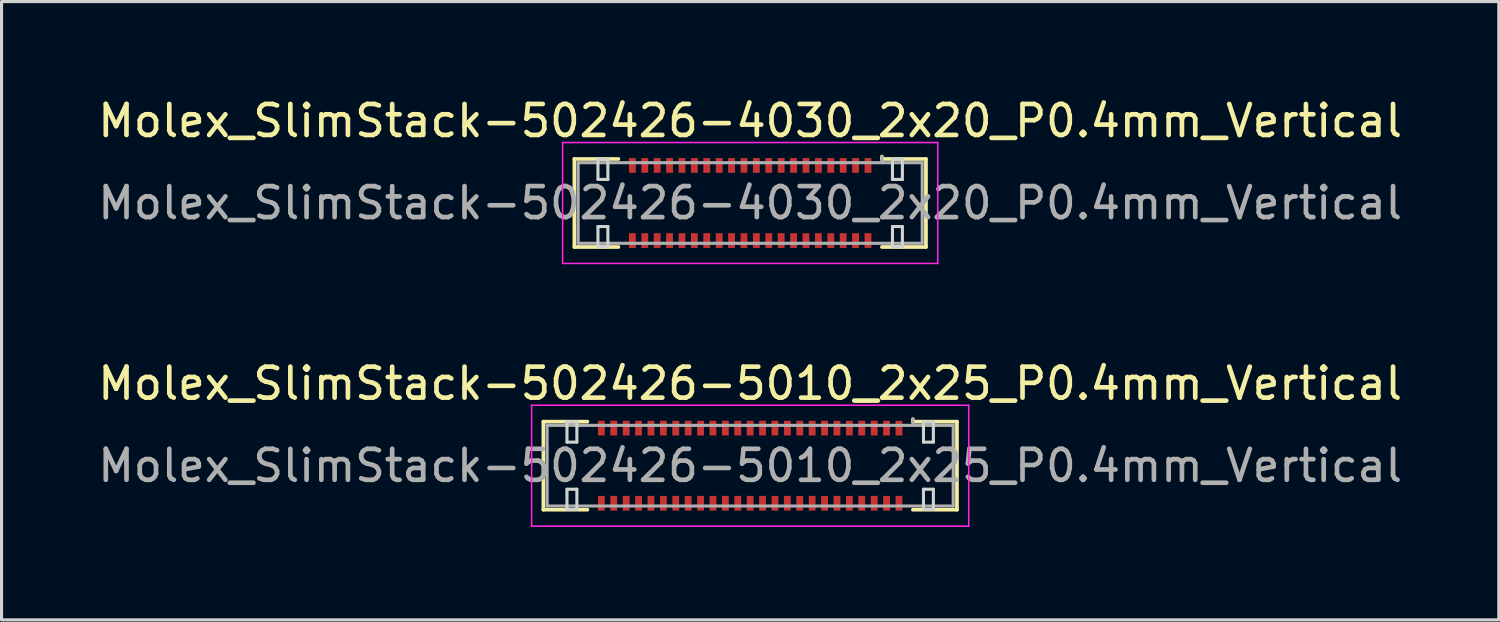
<source format=kicad_pcb>
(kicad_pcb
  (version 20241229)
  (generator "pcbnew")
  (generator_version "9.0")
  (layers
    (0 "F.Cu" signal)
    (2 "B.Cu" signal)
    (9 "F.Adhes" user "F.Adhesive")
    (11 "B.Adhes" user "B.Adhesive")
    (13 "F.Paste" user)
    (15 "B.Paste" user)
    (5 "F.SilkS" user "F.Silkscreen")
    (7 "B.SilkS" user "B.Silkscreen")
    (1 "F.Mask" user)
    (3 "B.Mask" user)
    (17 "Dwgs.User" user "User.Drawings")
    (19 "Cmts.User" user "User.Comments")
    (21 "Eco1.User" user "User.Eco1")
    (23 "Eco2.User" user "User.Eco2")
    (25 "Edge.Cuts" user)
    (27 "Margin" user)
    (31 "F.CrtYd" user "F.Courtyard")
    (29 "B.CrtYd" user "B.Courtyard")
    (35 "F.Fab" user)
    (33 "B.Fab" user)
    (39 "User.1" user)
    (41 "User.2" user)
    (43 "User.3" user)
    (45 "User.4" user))
  (footprint "Molex_SlimStack-502426-4030_2x20_P0.4mm_Vertical"
    (layer "F.Cu")
    (at 21.149 3.498)
    (property "Reference" "Molex_SlimStack-502426-4030_2x20_P0.4mm_Vertical" (at 0 -2.65 0) (layer "F.SilkS") (effects (font (size 1 1) (thickness 0.15))))
    (attr smd)
    (fp_line (start -5.67 -1.42) (end -4.25 -1.42) (stroke (width 0.12) (type solid)) (layer "F.SilkS"))
    (fp_line (start -5.67 1.42) (end -5.67 -1.42) (stroke (width 0.12) (type solid)) (layer "F.SilkS"))
    (fp_line (start -4.25 1.42) (end -5.67 1.42) (stroke (width 0.12) (type solid)) (layer "F.SilkS"))
    (fp_line (start 4.25 -1.42) (end 4.25 -1.5) (stroke (width 0.12) (type solid)) (layer "F.SilkS"))
    (fp_line (start 4.25 1.42) (end 5.67 1.42) (stroke (width 0.12) (type solid)) (layer "F.SilkS"))
    (fp_line (start 5.67 -1.42) (end 4.25 -1.42) (stroke (width 0.12) (type solid)) (layer "F.SilkS"))
    (fp_line (start 5.67 1.42) (end 5.67 -1.42) (stroke (width 0.12) (type solid)) (layer "F.SilkS"))
    (fp_line (start -4.91 -1.41) (end -4.91 -0.76) (stroke (width 0.1) (type solid)) (layer "Edge.Cuts"))
    (fp_line (start -4.91 -0.76) (end -4.59 -0.76) (stroke (width 0.1) (type solid)) (layer "Edge.Cuts"))
    (fp_line (start -4.91 0.76) (end -4.91 1.41) (stroke (width 0.1) (type solid)) (layer "Edge.Cuts"))
    (fp_line (start -4.91 1.41) (end -4.59 1.41) (stroke (width 0.1) (type solid)) (layer "Edge.Cuts"))
    (fp_line (start -4.59 -1.41) (end -4.91 -1.41) (stroke (width 0.1) (type solid)) (layer "Edge.Cuts"))
    (fp_line (start -4.59 -0.76) (end -4.59 -1.41) (stroke (width 0.1) (type solid)) (layer "Edge.Cuts"))
    (fp_line (start -4.59 0.76) (end -4.91 0.76) (stroke (width 0.1) (type solid)) (layer "Edge.Cuts"))
    (fp_line (start -4.59 1.41) (end -4.59 0.76) (stroke (width 0.1) (type solid)) (layer "Edge.Cuts"))
    (fp_line (start 4.59 -1.41) (end 4.59 -0.76) (stroke (width 0.1) (type solid)) (layer "Edge.Cuts"))
    (fp_line (start 4.59 -0.76) (end 4.91 -0.76) (stroke (width 0.1) (type solid)) (layer "Edge.Cuts"))
    (fp_line (start 4.59 0.76) (end 4.59 1.41) (stroke (width 0.1) (type solid)) (layer "Edge.Cuts"))
    (fp_line (start 4.59 1.41) (end 4.91 1.41) (stroke (width 0.1) (type solid)) (layer "Edge.Cuts"))
    (fp_line (start 4.91 -1.41) (end 4.59 -1.41) (stroke (width 0.1) (type solid)) (layer "Edge.Cuts"))
    (fp_line (start 4.91 -0.76) (end 4.91 -1.41) (stroke (width 0.1) (type solid)) (layer "Edge.Cuts"))
    (fp_line (start 4.91 0.76) (end 4.59 0.76) (stroke (width 0.1) (type solid)) (layer "Edge.Cuts"))
    (fp_line (start 4.91 1.41) (end 4.91 0.76) (stroke (width 0.1) (type solid)) (layer "Edge.Cuts"))
    (fp_line (start -6.05 -1.95) (end -6.05 1.95) (stroke (width 0.05) (type solid)) (layer "F.CrtYd"))
    (fp_line (start -6.05 1.95) (end 6.05 1.95) (stroke (width 0.05) (type solid)) (layer "F.CrtYd"))
    (fp_line (start 6.05 -1.95) (end -6.05 -1.95) (stroke (width 0.05) (type solid)) (layer "F.CrtYd"))
    (fp_line (start 6.05 1.95) (end 6.05 -1.95) (stroke (width 0.05) (type solid)) (layer "F.CrtYd"))
    (fp_line (start -5.55 -1.3) (end -5.55 1.3) (stroke (width 0.1) (type solid)) (layer "F.Fab"))
    (fp_line (start -5.55 1.3) (end 5.55 1.3) (stroke (width 0.1) (type solid)) (layer "F.Fab"))
    (fp_line (start 4.25 -1.3) (end 4.25 -1.5) (stroke (width 0.1) (type solid)) (layer "F.Fab"))
    (fp_line (start 5.55 -1.3) (end -5.55 -1.3) (stroke (width 0.1) (type solid)) (layer "F.Fab"))
    (fp_line (start 5.55 1.3) (end 5.55 -1.3) (stroke (width 0.1) (type solid)) (layer "F.Fab"))
    (fp_text user "${REFERENCE}" (at 0 0 0) (layer "F.Fab") (effects (font (size 1 1) (thickness 0.15))))
    (pad "1" smd rect (at 3.8 -1.212) (size 0.22 0.475) (layers "F.Cu" "F.Mask" "F.Paste"))
    (pad "2" smd rect (at 3.8 1.212) (size 0.22 0.475) (layers "F.Cu" "F.Mask" "F.Paste"))
    (pad "3" smd rect (at 3.4 -1.212) (size 0.22 0.475) (layers "F.Cu" "F.Mask" "F.Paste"))
    (pad "4" smd rect (at 3.4 1.212) (size 0.22 0.475) (layers "F.Cu" "F.Mask" "F.Paste"))
    (pad "5" smd rect (at 3 -1.212) (size 0.22 0.475) (layers "F.Cu" "F.Mask" "F.Paste"))
    (pad "6" smd rect (at 3 1.212) (size 0.22 0.475) (layers "F.Cu" "F.Mask" "F.Paste"))
    (pad "7" smd rect (at 2.6 -1.212) (size 0.22 0.475) (layers "F.Cu" "F.Mask" "F.Paste"))
    (pad "8" smd rect (at 2.6 1.212) (size 0.22 0.475) (layers "F.Cu" "F.Mask" "F.Paste"))
    (pad "9" smd rect (at 2.2 -1.212) (size 0.22 0.475) (layers "F.Cu" "F.Mask" "F.Paste"))
    (pad "10" smd rect (at 2.2 1.212) (size 0.22 0.475) (layers "F.Cu" "F.Mask" "F.Paste"))
    (pad "11" smd rect (at 1.8 -1.212) (size 0.22 0.475) (layers "F.Cu" "F.Mask" "F.Paste"))
    (pad "12" smd rect (at 1.8 1.212) (size 0.22 0.475) (layers "F.Cu" "F.Mask" "F.Paste"))
    (pad "13" smd rect (at 1.4 -1.212) (size 0.22 0.475) (layers "F.Cu" "F.Mask" "F.Paste"))
    (pad "14" smd rect (at 1.4 1.212) (size 0.22 0.475) (layers "F.Cu" "F.Mask" "F.Paste"))
    (pad "15" smd rect (at 1 -1.212) (size 0.22 0.475) (layers "F.Cu" "F.Mask" "F.Paste"))
    (pad "16" smd rect (at 1 1.212) (size 0.22 0.475) (layers "F.Cu" "F.Mask" "F.Paste"))
    (pad "17" smd rect (at 0.6 -1.212) (size 0.22 0.475) (layers "F.Cu" "F.Mask" "F.Paste"))
    (pad "18" smd rect (at 0.6 1.212) (size 0.22 0.475) (layers "F.Cu" "F.Mask" "F.Paste"))
    (pad "19" smd rect (at 0.2 -1.212) (size 0.22 0.475) (layers "F.Cu" "F.Mask" "F.Paste"))
    (pad "20" smd rect (at 0.2 1.212) (size 0.22 0.475) (layers "F.Cu" "F.Mask" "F.Paste"))
    (pad "21" smd rect (at -0.2 -1.212) (size 0.22 0.475) (layers "F.Cu" "F.Mask" "F.Paste"))
    (pad "22" smd rect (at -0.2 1.212) (size 0.22 0.475) (layers "F.Cu" "F.Mask" "F.Paste"))
    (pad "23" smd rect (at -0.6 -1.212) (size 0.22 0.475) (layers "F.Cu" "F.Mask" "F.Paste"))
    (pad "24" smd rect (at -0.6 1.212) (size 0.22 0.475) (layers "F.Cu" "F.Mask" "F.Paste"))
    (pad "25" smd rect (at -1 -1.212) (size 0.22 0.475) (layers "F.Cu" "F.Mask" "F.Paste"))
    (pad "26" smd rect (at -1 1.212) (size 0.22 0.475) (layers "F.Cu" "F.Mask" "F.Paste"))
    (pad "27" smd rect (at -1.4 -1.212) (size 0.22 0.475) (layers "F.Cu" "F.Mask" "F.Paste"))
    (pad "28" smd rect (at -1.4 1.212) (size 0.22 0.475) (layers "F.Cu" "F.Mask" "F.Paste"))
    (pad "29" smd rect (at -1.8 -1.212) (size 0.22 0.475) (layers "F.Cu" "F.Mask" "F.Paste"))
    (pad "30" smd rect (at -1.8 1.212) (size 0.22 0.475) (layers "F.Cu" "F.Mask" "F.Paste"))
    (pad "31" smd rect (at -2.2 -1.212) (size 0.22 0.475) (layers "F.Cu" "F.Mask" "F.Paste"))
    (pad "32" smd rect (at -2.2 1.212) (size 0.22 0.475) (layers "F.Cu" "F.Mask" "F.Paste"))
    (pad "33" smd rect (at -2.6 -1.212) (size 0.22 0.475) (layers "F.Cu" "F.Mask" "F.Paste"))
    (pad "34" smd rect (at -2.6 1.212) (size 0.22 0.475) (layers "F.Cu" "F.Mask" "F.Paste"))
    (pad "35" smd rect (at -3 -1.212) (size 0.22 0.475) (layers "F.Cu" "F.Mask" "F.Paste"))
    (pad "36" smd rect (at -3 1.212) (size 0.22 0.475) (layers "F.Cu" "F.Mask" "F.Paste"))
    (pad "37" smd rect (at -3.4 -1.212) (size 0.22 0.475) (layers "F.Cu" "F.Mask" "F.Paste"))
    (pad "38" smd rect (at -3.4 1.212) (size 0.22 0.475) (layers "F.Cu" "F.Mask" "F.Paste"))
    (pad "39" smd rect (at -3.8 -1.212) (size 0.22 0.475) (layers "F.Cu" "F.Mask" "F.Paste"))
    (pad "40" smd rect (at -3.8 1.212) (size 0.22 0.475) (layers "F.Cu" "F.Mask" "F.Paste")))
  (footprint "Molex_SlimStack-502426-5010_2x25_P0.4mm_Vertical"
    (layer "F.Cu")
    (at 21.149 11.972)
    (property "Reference" "Molex_SlimStack-502426-5010_2x25_P0.4mm_Vertical" (at 0 -2.65 0) (layer "F.SilkS") (effects (font (size 1 1) (thickness 0.15))))
    (attr smd)
    (fp_line (start -6.67 -1.42) (end -5.25 -1.42) (stroke (width 0.12) (type solid)) (layer "F.SilkS"))
    (fp_line (start -6.67 1.42) (end -6.67 -1.42) (stroke (width 0.12) (type solid)) (layer "F.SilkS"))
    (fp_line (start -5.25 1.42) (end -6.67 1.42) (stroke (width 0.12) (type solid)) (layer "F.SilkS"))
    (fp_line (start 5.25 -1.42) (end 5.25 -1.5) (stroke (width 0.12) (type solid)) (layer "F.SilkS"))
    (fp_line (start 5.25 1.42) (end 6.67 1.42) (stroke (width 0.12) (type solid)) (layer "F.SilkS"))
    (fp_line (start 6.67 -1.42) (end 5.25 -1.42) (stroke (width 0.12) (type solid)) (layer "F.SilkS"))
    (fp_line (start 6.67 1.42) (end 6.67 -1.42) (stroke (width 0.12) (type solid)) (layer "F.SilkS"))
    (fp_line (start -5.91 -1.41) (end -5.91 -0.76) (stroke (width 0.1) (type solid)) (layer "Edge.Cuts"))
    (fp_line (start -5.91 -0.76) (end -5.59 -0.76) (stroke (width 0.1) (type solid)) (layer "Edge.Cuts"))
    (fp_line (start -5.91 0.76) (end -5.91 1.41) (stroke (width 0.1) (type solid)) (layer "Edge.Cuts"))
    (fp_line (start -5.91 1.41) (end -5.59 1.41) (stroke (width 0.1) (type solid)) (layer "Edge.Cuts"))
    (fp_line (start -5.59 -1.41) (end -5.91 -1.41) (stroke (width 0.1) (type solid)) (layer "Edge.Cuts"))
    (fp_line (start -5.59 -0.76) (end -5.59 -1.41) (stroke (width 0.1) (type solid)) (layer "Edge.Cuts"))
    (fp_line (start -5.59 0.76) (end -5.91 0.76) (stroke (width 0.1) (type solid)) (layer "Edge.Cuts"))
    (fp_line (start -5.59 1.41) (end -5.59 0.76) (stroke (width 0.1) (type solid)) (layer "Edge.Cuts"))
    (fp_line (start 5.59 -1.41) (end 5.59 -0.76) (stroke (width 0.1) (type solid)) (layer "Edge.Cuts"))
    (fp_line (start 5.59 -0.76) (end 5.91 -0.76) (stroke (width 0.1) (type solid)) (layer "Edge.Cuts"))
    (fp_line (start 5.59 0.76) (end 5.59 1.41) (stroke (width 0.1) (type solid)) (layer "Edge.Cuts"))
    (fp_line (start 5.59 1.41) (end 5.91 1.41) (stroke (width 0.1) (type solid)) (layer "Edge.Cuts"))
    (fp_line (start 5.91 -1.41) (end 5.59 -1.41) (stroke (width 0.1) (type solid)) (layer "Edge.Cuts"))
    (fp_line (start 5.91 -0.76) (end 5.91 -1.41) (stroke (width 0.1) (type solid)) (layer "Edge.Cuts"))
    (fp_line (start 5.91 0.76) (end 5.59 0.76) (stroke (width 0.1) (type solid)) (layer "Edge.Cuts"))
    (fp_line (start 5.91 1.41) (end 5.91 0.76) (stroke (width 0.1) (type solid)) (layer "Edge.Cuts"))
    (fp_line (start -7.05 -1.95) (end -7.05 1.95) (stroke (width 0.05) (type solid)) (layer "F.CrtYd"))
    (fp_line (start -7.05 1.95) (end 7.05 1.95) (stroke (width 0.05) (type solid)) (layer "F.CrtYd"))
    (fp_line (start 7.05 -1.95) (end -7.05 -1.95) (stroke (width 0.05) (type solid)) (layer "F.CrtYd"))
    (fp_line (start 7.05 1.95) (end 7.05 -1.95) (stroke (width 0.05) (type solid)) (layer "F.CrtYd"))
    (fp_line (start -6.55 -1.3) (end -6.55 1.3) (stroke (width 0.1) (type solid)) (layer "F.Fab"))
    (fp_line (start -6.55 1.3) (end 6.55 1.3) (stroke (width 0.1) (type solid)) (layer "F.Fab"))
    (fp_line (start 5.25 -1.3) (end 5.25 -1.5) (stroke (width 0.1) (type solid)) (layer "F.Fab"))
    (fp_line (start 6.55 -1.3) (end -6.55 -1.3) (stroke (width 0.1) (type solid)) (layer "F.Fab"))
    (fp_line (start 6.55 1.3) (end 6.55 -1.3) (stroke (width 0.1) (type solid)) (layer "F.Fab"))
    (fp_text user "${REFERENCE}" (at 0 0 0) (layer "F.Fab") (effects (font (size 1 1) (thickness 0.15))))
    (pad "1" smd rect (at 4.8 -1.212) (size 0.22 0.475) (layers "F.Cu" "F.Mask" "F.Paste"))
    (pad "2" smd rect (at 4.8 1.212) (size 0.22 0.475) (layers "F.Cu" "F.Mask" "F.Paste"))
    (pad "3" smd rect (at 4.4 -1.212) (size 0.22 0.475) (layers "F.Cu" "F.Mask" "F.Paste"))
    (pad "4" smd rect (at 4.4 1.212) (size 0.22 0.475) (layers "F.Cu" "F.Mask" "F.Paste"))
    (pad "5" smd rect (at 4 -1.212) (size 0.22 0.475) (layers "F.Cu" "F.Mask" "F.Paste"))
    (pad "6" smd rect (at 4 1.212) (size 0.22 0.475) (layers "F.Cu" "F.Mask" "F.Paste"))
    (pad "7" smd rect (at 3.6 -1.212) (size 0.22 0.475) (layers "F.Cu" "F.Mask" "F.Paste"))
    (pad "8" smd rect (at 3.6 1.212) (size 0.22 0.475) (layers "F.Cu" "F.Mask" "F.Paste"))
    (pad "9" smd rect (at 3.2 -1.212) (size 0.22 0.475) (layers "F.Cu" "F.Mask" "F.Paste"))
    (pad "10" smd rect (at 3.2 1.212) (size 0.22 0.475) (layers "F.Cu" "F.Mask" "F.Paste"))
    (pad "11" smd rect (at 2.8 -1.212) (size 0.22 0.475) (layers "F.Cu" "F.Mask" "F.Paste"))
    (pad "12" smd rect (at 2.8 1.212) (size 0.22 0.475) (layers "F.Cu" "F.Mask" "F.Paste"))
    (pad "13" smd rect (at 2.4 -1.212) (size 0.22 0.475) (layers "F.Cu" "F.Mask" "F.Paste"))
    (pad "14" smd rect (at 2.4 1.212) (size 0.22 0.475) (layers "F.Cu" "F.Mask" "F.Paste"))
    (pad "15" smd rect (at 2 -1.212) (size 0.22 0.475) (layers "F.Cu" "F.Mask" "F.Paste"))
    (pad "16" smd rect (at 2 1.212) (size 0.22 0.475) (layers "F.Cu" "F.Mask" "F.Paste"))
    (pad "17" smd rect (at 1.6 -1.212) (size 0.22 0.475) (layers "F.Cu" "F.Mask" "F.Paste"))
    (pad "18" smd rect (at 1.6 1.212) (size 0.22 0.475) (layers "F.Cu" "F.Mask" "F.Paste"))
    (pad "19" smd rect (at 1.2 -1.212) (size 0.22 0.475) (layers "F.Cu" "F.Mask" "F.Paste"))
    (pad "20" smd rect (at 1.2 1.212) (size 0.22 0.475) (layers "F.Cu" "F.Mask" "F.Paste"))
    (pad "21" smd rect (at 0.8 -1.212) (size 0.22 0.475) (layers "F.Cu" "F.Mask" "F.Paste"))
    (pad "22" smd rect (at 0.8 1.212) (size 0.22 0.475) (layers "F.Cu" "F.Mask" "F.Paste"))
    (pad "23" smd rect (at 0.4 -1.212) (size 0.22 0.475) (layers "F.Cu" "F.Mask" "F.Paste"))
    (pad "24" smd rect (at 0.4 1.212) (size 0.22 0.475) (layers "F.Cu" "F.Mask" "F.Paste"))
    (pad "25" smd rect (at 0 -1.212) (size 0.22 0.475) (layers "F.Cu" "F.Mask" "F.Paste"))
    (pad "26" smd rect (at 0 1.212) (size 0.22 0.475) (layers "F.Cu" "F.Mask" "F.Paste"))
    (pad "27" smd rect (at -0.4 -1.212) (size 0.22 0.475) (layers "F.Cu" "F.Mask" "F.Paste"))
    (pad "28" smd rect (at -0.4 1.212) (size 0.22 0.475) (layers "F.Cu" "F.Mask" "F.Paste"))
    (pad "29" smd rect (at -0.8 -1.212) (size 0.22 0.475) (layers "F.Cu" "F.Mask" "F.Paste"))
    (pad "30" smd rect (at -0.8 1.212) (size 0.22 0.475) (layers "F.Cu" "F.Mask" "F.Paste"))
    (pad "31" smd rect (at -1.2 -1.212) (size 0.22 0.475) (layers "F.Cu" "F.Mask" "F.Paste"))
    (pad "32" smd rect (at -1.2 1.212) (size 0.22 0.475) (layers "F.Cu" "F.Mask" "F.Paste"))
    (pad "33" smd rect (at -1.6 -1.212) (size 0.22 0.475) (layers "F.Cu" "F.Mask" "F.Paste"))
    (pad "34" smd rect (at -1.6 1.212) (size 0.22 0.475) (layers "F.Cu" "F.Mask" "F.Paste"))
    (pad "35" smd rect (at -2 -1.212) (size 0.22 0.475) (layers "F.Cu" "F.Mask" "F.Paste"))
    (pad "36" smd rect (at -2 1.212) (size 0.22 0.475) (layers "F.Cu" "F.Mask" "F.Paste"))
    (pad "37" smd rect (at -2.4 -1.212) (size 0.22 0.475) (layers "F.Cu" "F.Mask" "F.Paste"))
    (pad "38" smd rect (at -2.4 1.212) (size 0.22 0.475) (layers "F.Cu" "F.Mask" "F.Paste"))
    (pad "39" smd rect (at -2.8 -1.212) (size 0.22 0.475) (layers "F.Cu" "F.Mask" "F.Paste"))
    (pad "40" smd rect (at -2.8 1.212) (size 0.22 0.475) (layers "F.Cu" "F.Mask" "F.Paste"))
    (pad "41" smd rect (at -3.2 -1.212) (size 0.22 0.475) (layers "F.Cu" "F.Mask" "F.Paste"))
    (pad "42" smd rect (at -3.2 1.212) (size 0.22 0.475) (layers "F.Cu" "F.Mask" "F.Paste"))
    (pad "43" smd rect (at -3.6 -1.212) (size 0.22 0.475) (layers "F.Cu" "F.Mask" "F.Paste"))
    (pad "44" smd rect (at -3.6 1.212) (size 0.22 0.475) (layers "F.Cu" "F.Mask" "F.Paste"))
    (pad "45" smd rect (at -4 -1.212) (size 0.22 0.475) (layers "F.Cu" "F.Mask" "F.Paste"))
    (pad "46" smd rect (at -4 1.212) (size 0.22 0.475) (layers "F.Cu" "F.Mask" "F.Paste"))
    (pad "47" smd rect (at -4.4 -1.212) (size 0.22 0.475) (layers "F.Cu" "F.Mask" "F.Paste"))
    (pad "48" smd rect (at -4.4 1.212) (size 0.22 0.475) (layers "F.Cu" "F.Mask" "F.Paste"))
    (pad "49" smd rect (at -4.8 -1.212) (size 0.22 0.475) (layers "F.Cu" "F.Mask" "F.Paste"))
    (pad "50" smd rect (at -4.8 1.212) (size 0.22 0.475) (layers "F.Cu" "F.Mask" "F.Paste")))
  (gr_rect
    (start -3 -3)
    (end 45.298 16.947)
    (stroke (width 0.1) (type default))
    (fill no)
    (layer "Edge.Cuts")))
</source>
